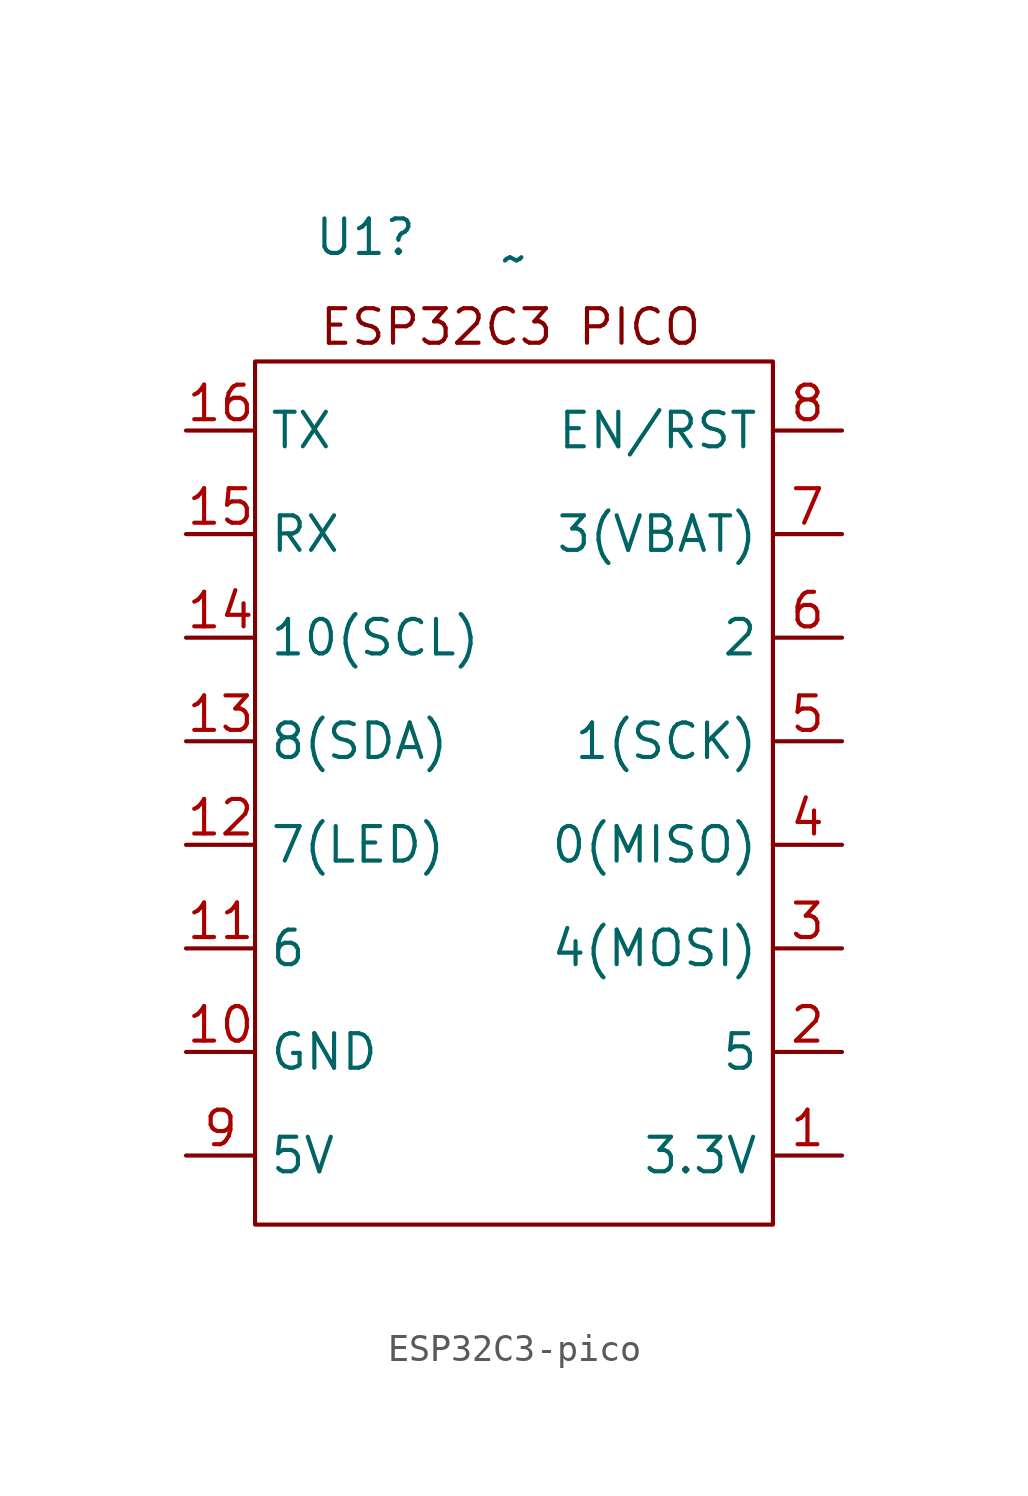
<source format=kicad_sym>
(kicad_symbol_lib
  (version 20231120)
  (generator "kicad_symbol_editor")
  (generator_version "8.0")
  (symbol "ESP32C3-pico"
    (property "Reference" "U1"
      (at 0.254 21.082 0)
      (effects (font (size 1.27 1.27))))
    (property "Value" "~"
      (at 5.715 20.32 0)
      (effects (font (size 1.27 1.27))))
    (symbol "ESP32C3-pico_0_1"
      (rectangle (start -3.81 16.51) (end 15.24 -15.24) (stroke (width 0) (type default)) (fill (type none))))
    (symbol "ESP32C3-pico_1_1"
      (text "ESP32C3 PICO" (at 5.588 17.78 0) (effects (font (size 1.27 1.27))))
      (pin power_out line (at 17.78 -12.7 180) (length 2.54) (name "3.3V" (effects (font (size 1.27 1.27)))) (number "1" (effects (font (size 1.27 1.27)))))
      (pin power_in line (at -6.35 -8.89 0) (length 2.54) (name "GND" (effects (font (size 1.27 1.27)))) (number "10" (effects (font (size 1.27 1.27)))))
      (pin bidirectional line (at -6.35 -5.08 0) (length 2.54) (name "6" (effects (font (size 1.27 1.27)))) (number "11" (effects (font (size 1.27 1.27)))))
      (pin bidirectional line (at -6.35 -1.27 0) (length 2.54) (name "7(LED)" (effects (font (size 1.27 1.27)))) (number "12" (effects (font (size 1.27 1.27)))))
      (pin bidirectional line (at -6.35 2.54 0) (length 2.54) (name "8(SDA)" (effects (font (size 1.27 1.27)))) (number "13" (effects (font (size 1.27 1.27)))))
      (pin bidirectional line (at -6.35 6.35 0) (length 2.54) (name "10(SCL)" (effects (font (size 1.27 1.27)))) (number "14" (effects (font (size 1.27 1.27)))))
      (pin bidirectional line (at -6.35 10.16 0) (length 2.54) (name "RX" (effects (font (size 1.27 1.27)))) (number "15" (effects (font (size 1.27 1.27)))))
      (pin bidirectional line (at -6.35 13.97 0) (length 2.54) (name "TX" (effects (font (size 1.27 1.27)))) (number "16" (effects (font (size 1.27 1.27)))))
      (pin bidirectional line (at 17.78 -8.89 180) (length 2.54) (name "5" (effects (font (size 1.27 1.27)))) (number "2" (effects (font (size 1.27 1.27)))))
      (pin bidirectional line (at 17.78 -5.08 180) (length 2.54) (name "4(MOSI)" (effects (font (size 1.27 1.27)))) (number "3" (effects (font (size 1.27 1.27)))))
      (pin bidirectional line (at 17.78 -1.27 180) (length 2.54) (name "0(MISO)" (effects (font (size 1.27 1.27)))) (number "4" (effects (font (size 1.27 1.27)))))
      (pin bidirectional line (at 17.78 2.54 180) (length 2.54) (name "1(SCK)" (effects (font (size 1.27 1.27)))) (number "5" (effects (font (size 1.27 1.27)))))
      (pin bidirectional line (at 17.78 6.35 180) (length 2.54) (name "2" (effects (font (size 1.27 1.27)))) (number "6" (effects (font (size 1.27 1.27)))))
      (pin bidirectional line (at 17.78 10.16 180) (length 2.54) (name "3(VBAT)" (effects (font (size 1.27 1.27)))) (number "7" (effects (font (size 1.27 1.27)))))
      (pin bidirectional line (at 17.78 13.97 180) (length 2.54) (name "EN/RST" (effects (font (size 1.27 1.27)))) (number "8" (effects (font (size 1.27 1.27)))))
      (pin power_in line (at -6.35 -12.7 0) (length 2.54) (name "5V" (effects (font (size 1.27 1.27)))) (number "9" (effects (font (size 1.27 1.27))))))))
</source>
